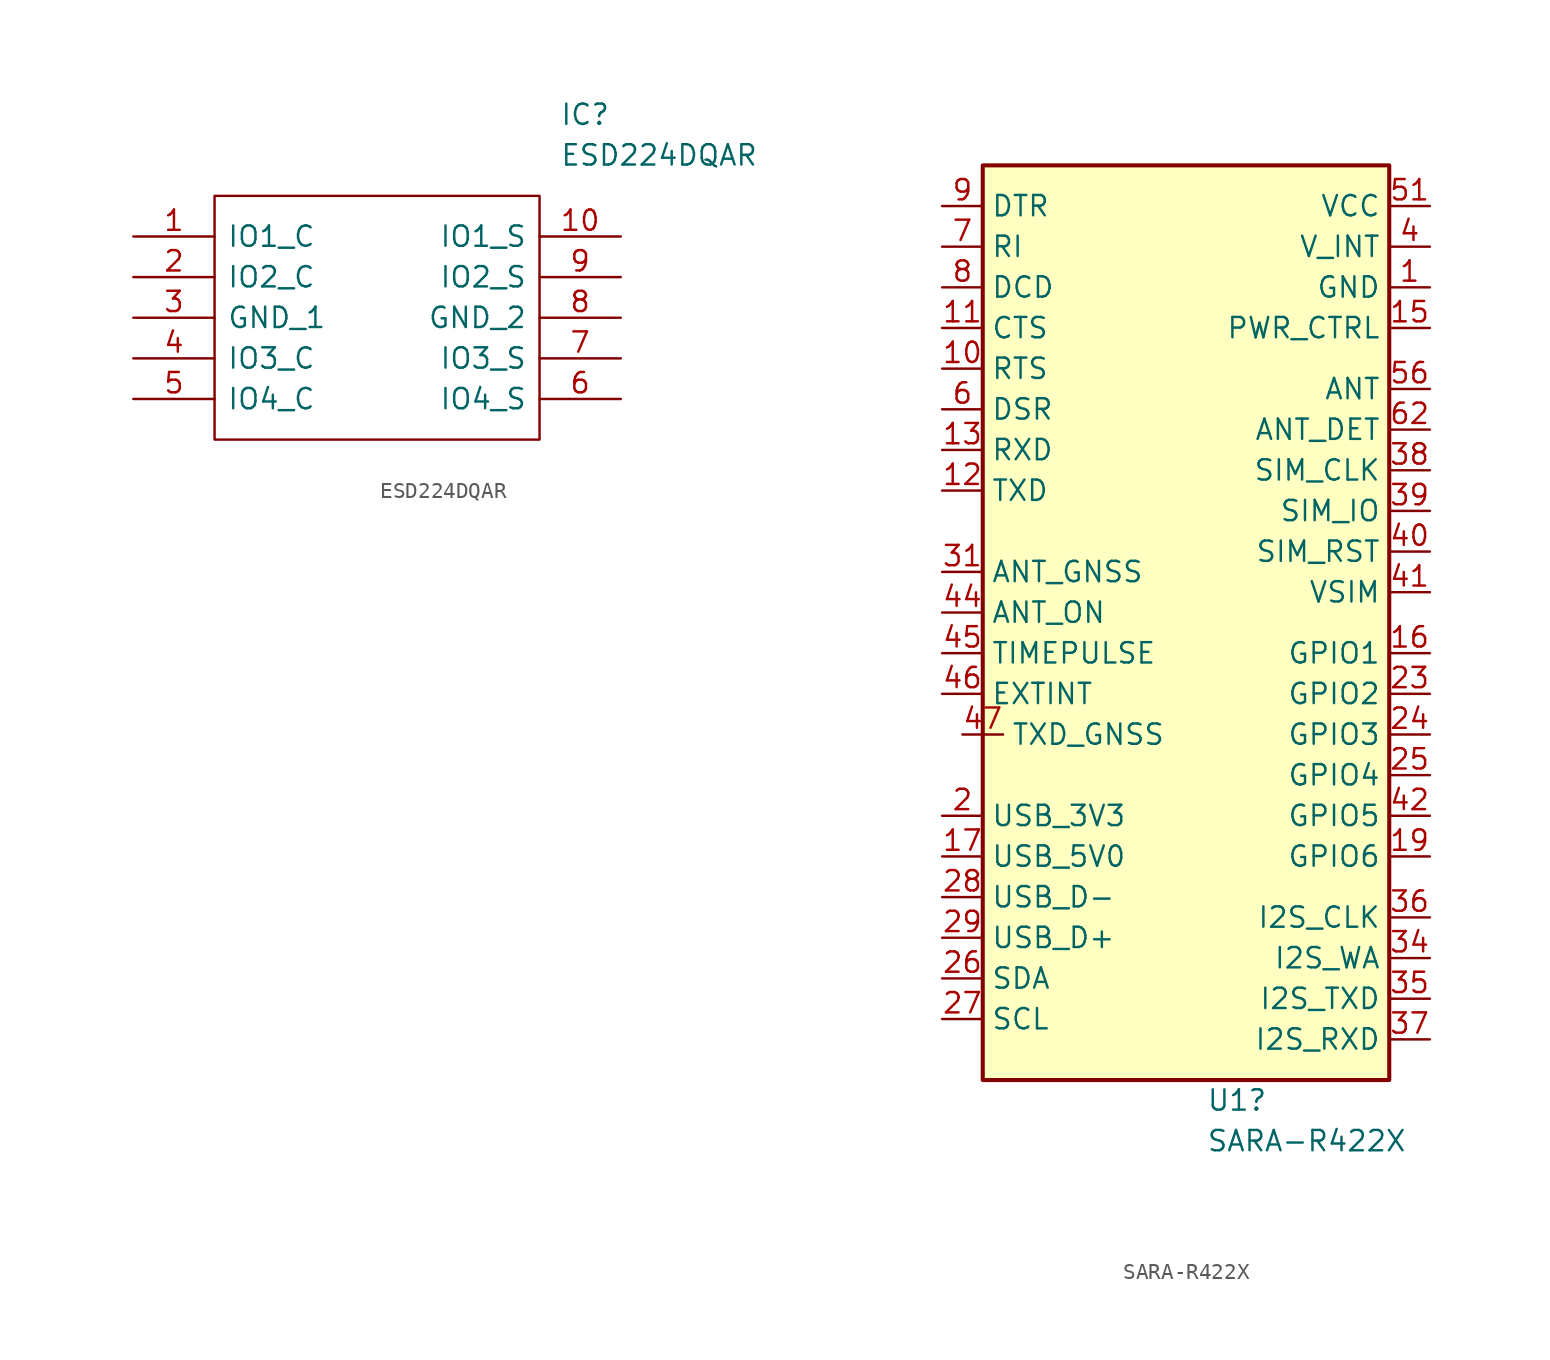
<source format=kicad_sym>
(kicad_symbol_lib
  (version 20211014)
  (generator kicad_symbol_editor)
  (symbol "ESD224DQAR"
    (pin_names
      (offset 0.762))
    (property "Reference" "IC"
      (at 26.67 7.62 0)
      (effects (font (size 1.27 1.27)) (justify left)))
    (property "Value" "ESD224DQAR"
      (at 26.67 5.08 0)
      (effects (font (size 1.27 1.27)) (justify left)))
    (symbol "ESD224DQAR_0_0"
      (pin passive line (at 0 0 0) (length 5.08) (name "IO1_C" (effects (font (size 1.27 1.27)))) (number "1" (effects (font (size 1.27 1.27)))))
      (pin passive line (at 30.48 0 180) (length 5.08) (name "IO1_S" (effects (font (size 1.27 1.27)))) (number "10" (effects (font (size 1.27 1.27)))))
      (pin passive line (at 0 -2.54 0) (length 5.08) (name "IO2_C" (effects (font (size 1.27 1.27)))) (number "2" (effects (font (size 1.27 1.27)))))
      (pin passive line (at 0 -5.08 0) (length 5.08) (name "GND_1" (effects (font (size 1.27 1.27)))) (number "3" (effects (font (size 1.27 1.27)))))
      (pin passive line (at 0 -7.62 0) (length 5.08) (name "IO3_C" (effects (font (size 1.27 1.27)))) (number "4" (effects (font (size 1.27 1.27)))))
      (pin passive line (at 0 -10.16 0) (length 5.08) (name "IO4_C" (effects (font (size 1.27 1.27)))) (number "5" (effects (font (size 1.27 1.27)))))
      (pin passive line (at 30.48 -10.16 180) (length 5.08) (name "IO4_S" (effects (font (size 1.27 1.27)))) (number "6" (effects (font (size 1.27 1.27)))))
      (pin passive line (at 30.48 -7.62 180) (length 5.08) (name "IO3_S" (effects (font (size 1.27 1.27)))) (number "7" (effects (font (size 1.27 1.27)))))
      (pin passive line (at 30.48 -5.08 180) (length 5.08) (name "GND_2" (effects (font (size 1.27 1.27)))) (number "8" (effects (font (size 1.27 1.27)))))
      (pin passive line (at 30.48 -2.54 180) (length 5.08) (name "IO2_S" (effects (font (size 1.27 1.27)))) (number "9" (effects (font (size 1.27 1.27))))))
    (symbol "ESD224DQAR_0_1"
      (polyline (pts (xy 5.08 2.54) (xy 25.4 2.54) (xy 25.4 -12.7) (xy 5.08 -12.7) (xy 5.08 2.54)) (stroke (width 0.152) (type default) (color 0 0 0 0)) (fill (type none)))))
  (symbol "SARA-R422X"
    (property "Reference" "U1"
      (at 1.27 -30.48 0)
      (effects (font (size 1.27 1.27)) (justify left)))
    (property "Value" "SARA-R422X"
      (at 1.27 -33.02 0)
      (effects (font (size 1.27 1.27)) (justify left)))
    (symbol "SARA-R422X_0_1"
      (rectangle (start -12.7 27.94) (end 12.7 -29.21) (stroke (width 0.254) (type default) (color 0 0 0 0)) (fill (type background))))
    (symbol "SARA-R422X_1_1"
      (pin power_in line (at 15.24 20.32 180) (length 2.54) (name "GND" (effects (font (size 1.27 1.27)))) (number "1" (effects (font (size 1.27 1.27)))))
      (pin input line (at -15.24 15.24 0) (length 2.54) (name "RTS" (effects (font (size 1.27 1.27)))) (number "10" (effects (font (size 1.27 1.27)))))
      (pin output line (at -15.24 17.78 0) (length 2.54) (name "CTS" (effects (font (size 1.27 1.27)))) (number "11" (effects (font (size 1.27 1.27)))))
      (pin input line (at -15.24 7.62 0) (length 2.54) (name "TXD" (effects (font (size 1.27 1.27)))) (number "12" (effects (font (size 1.27 1.27)))))
      (pin output line (at -15.24 10.16 0) (length 2.54) (name "RXD" (effects (font (size 1.27 1.27)))) (number "13" (effects (font (size 1.27 1.27)))))
      (pin passive line (at 15.24 20.32 180) (length 2.54) hide (name "GND" (effects (font (size 1.27 1.27)))) (number "14" (effects (font (size 1.27 1.27)))))
      (pin input line (at 15.24 17.78 180) (length 2.54) (name "PWR_CTRL" (effects (font (size 1.27 1.27)))) (number "15" (effects (font (size 1.27 1.27)))))
      (pin bidirectional line (at 15.24 -2.54 180) (length 2.54) (name "GPIO1" (effects (font (size 1.27 1.27)))) (number "16" (effects (font (size 1.27 1.27)))))
      (pin power_in line (at -15.24 -15.24 0) (length 2.54) (name "USB_5V0" (effects (font (size 1.27 1.27)))) (number "17" (effects (font (size 1.27 1.27)))))
      (pin bidirectional line (at 15.24 -15.24 180) (length 2.54) (name "GPIO6" (effects (font (size 1.27 1.27)))) (number "19" (effects (font (size 1.27 1.27)))))
      (pin power_in line (at -15.24 -12.7 0) (length 2.54) (name "USB_3V3" (effects (font (size 1.27 1.27)))) (number "2" (effects (font (size 1.27 1.27)))))
      (pin passive line (at 15.24 20.32 180) (length 2.54) hide (name "GND" (effects (font (size 1.27 1.27)))) (number "20" (effects (font (size 1.27 1.27)))))
      (pin passive line (at 15.24 20.32 180) (length 2.54) hide (name "GND" (effects (font (size 1.27 1.27)))) (number "21" (effects (font (size 1.27 1.27)))))
      (pin passive line (at 15.24 20.32 180) (length 2.54) hide (name "GND" (effects (font (size 1.27 1.27)))) (number "22" (effects (font (size 1.27 1.27)))))
      (pin bidirectional line (at 15.24 -5.08 180) (length 2.54) (name "GPIO2" (effects (font (size 1.27 1.27)))) (number "23" (effects (font (size 1.27 1.27)))))
      (pin bidirectional line (at 15.24 -7.62 180) (length 2.54) (name "GPIO3" (effects (font (size 1.27 1.27)))) (number "24" (effects (font (size 1.27 1.27)))))
      (pin bidirectional line (at 15.24 -10.16 180) (length 2.54) (name "GPIO4" (effects (font (size 1.27 1.27)))) (number "25" (effects (font (size 1.27 1.27)))))
      (pin bidirectional line (at -15.24 -22.86 0) (length 2.54) (name "SDA" (effects (font (size 1.27 1.27)))) (number "26" (effects (font (size 1.27 1.27)))))
      (pin output line (at -15.24 -25.4 0) (length 2.54) (name "SCL" (effects (font (size 1.27 1.27)))) (number "27" (effects (font (size 1.27 1.27)))))
      (pin bidirectional line (at -15.24 -17.78 0) (length 2.54) (name "USB_D-" (effects (font (size 1.27 1.27)))) (number "28" (effects (font (size 1.27 1.27)))))
      (pin bidirectional line (at -15.24 -20.32 0) (length 2.54) (name "USB_D+" (effects (font (size 1.27 1.27)))) (number "29" (effects (font (size 1.27 1.27)))))
      (pin passive line (at 15.24 20.32 180) (length 2.54) hide (name "GND" (effects (font (size 1.27 1.27)))) (number "3" (effects (font (size 1.27 1.27)))))
      (pin passive line (at 15.24 20.32 180) (length 2.54) hide (name "GND" (effects (font (size 1.27 1.27)))) (number "30" (effects (font (size 1.27 1.27)))))
      (pin input line (at -15.24 2.54 0) (length 2.54) (name "ANT_GNSS" (effects (font (size 1.27 1.27)))) (number "31" (effects (font (size 1.27 1.27)))))
      (pin passive line (at 15.24 20.32 180) (length 2.54) hide (name "GND" (effects (font (size 1.27 1.27)))) (number "32" (effects (font (size 1.27 1.27)))))
      (pin bidirectional line (at 15.24 -21.59 180) (length 2.54) (name "I2S_WA" (effects (font (size 1.27 1.27)))) (number "34" (effects (font (size 1.27 1.27)))))
      (pin output line (at 15.24 -24.13 180) (length 2.54) (name "I2S_TXD" (effects (font (size 1.27 1.27)))) (number "35" (effects (font (size 1.27 1.27)))))
      (pin output line (at 15.24 -19.05 180) (length 2.54) (name "I2S_CLK" (effects (font (size 1.27 1.27)))) (number "36" (effects (font (size 1.27 1.27)))))
      (pin input line (at 15.24 -26.67 180) (length 2.54) (name "I2S_RXD" (effects (font (size 1.27 1.27)))) (number "37" (effects (font (size 1.27 1.27)))))
      (pin output line (at 15.24 8.89 180) (length 2.54) (name "SIM_CLK" (effects (font (size 1.27 1.27)))) (number "38" (effects (font (size 1.27 1.27)))))
      (pin bidirectional line (at 15.24 6.35 180) (length 2.54) (name "SIM_IO" (effects (font (size 1.27 1.27)))) (number "39" (effects (font (size 1.27 1.27)))))
      (pin power_out line (at 15.24 22.86 180) (length 2.54) (name "V_INT" (effects (font (size 1.27 1.27)))) (number "4" (effects (font (size 1.27 1.27)))))
      (pin output line (at 15.24 3.81 180) (length 2.54) (name "SIM_RST" (effects (font (size 1.27 1.27)))) (number "40" (effects (font (size 1.27 1.27)))))
      (pin power_out line (at 15.24 1.27 180) (length 2.54) (name "VSIM" (effects (font (size 1.27 1.27)))) (number "41" (effects (font (size 1.27 1.27)))))
      (pin bidirectional line (at 15.24 -12.7 180) (length 2.54) (name "GPIO5" (effects (font (size 1.27 1.27)))) (number "42" (effects (font (size 1.27 1.27)))))
      (pin passive line (at 15.24 20.32 180) (length 2.54) hide (name "GND" (effects (font (size 1.27 1.27)))) (number "43" (effects (font (size 1.27 1.27)))))
      (pin input line (at -15.24 0 0) (length 2.54) (name "ANT_ON" (effects (font (size 1.27 1.27)))) (number "44" (effects (font (size 1.27 1.27)))))
      (pin output line (at -15.24 -2.54 0) (length 2.54) (name "TIMEPULSE" (effects (font (size 1.27 1.27)))) (number "45" (effects (font (size 1.27 1.27)))))
      (pin input line (at -15.24 -5.08 0) (length 2.54) (name "EXTINT" (effects (font (size 1.27 1.27)))) (number "46" (effects (font (size 1.27 1.27)))))
      (pin output line (at -13.97 -7.62 0) (length 2.54) (name "TXD_GNSS" (effects (font (size 1.27 1.27)))) (number "47" (effects (font (size 1.27 1.27)))))
      (pin passive line (at 15.24 20.32 180) (length 2.54) hide (name "GND" (effects (font (size 1.27 1.27)))) (number "5" (effects (font (size 1.27 1.27)))))
      (pin passive line (at 15.24 20.32 180) (length 2.54) hide (name "GND" (effects (font (size 1.27 1.27)))) (number "50" (effects (font (size 1.27 1.27)))))
      (pin power_in line (at 15.24 25.4 180) (length 2.54) (name "VCC" (effects (font (size 1.27 1.27)))) (number "51" (effects (font (size 1.27 1.27)))))
      (pin power_in line (at 15.24 25.4 180) (length 2.54) hide (name "VCC" (effects (font (size 1.27 1.27)))) (number "52" (effects (font (size 1.27 1.27)))))
      (pin power_in line (at 15.24 25.4 180) (length 2.54) hide (name "VCC" (effects (font (size 1.27 1.27)))) (number "53" (effects (font (size 1.27 1.27)))))
      (pin passive line (at 15.24 20.32 180) (length 2.54) hide (name "GND" (effects (font (size 1.27 1.27)))) (number "54" (effects (font (size 1.27 1.27)))))
      (pin passive line (at 15.24 20.32 180) (length 2.54) hide (name "GND" (effects (font (size 1.27 1.27)))) (number "55" (effects (font (size 1.27 1.27)))))
      (pin passive line (at 15.24 13.97 180) (length 2.54) (name "ANT" (effects (font (size 1.27 1.27)))) (number "56" (effects (font (size 1.27 1.27)))))
      (pin passive line (at 15.24 20.32 180) (length 2.54) hide (name "GND" (effects (font (size 1.27 1.27)))) (number "57" (effects (font (size 1.27 1.27)))))
      (pin passive line (at 15.24 20.32 180) (length 2.54) hide (name "GND" (effects (font (size 1.27 1.27)))) (number "58" (effects (font (size 1.27 1.27)))))
      (pin passive line (at 15.24 20.32 180) (length 2.54) hide (name "GND" (effects (font (size 1.27 1.27)))) (number "59" (effects (font (size 1.27 1.27)))))
      (pin output line (at -15.24 12.7 0) (length 2.54) (name "DSR" (effects (font (size 1.27 1.27)))) (number "6" (effects (font (size 1.27 1.27)))))
      (pin passive line (at 15.24 20.32 180) (length 2.54) hide (name "GND" (effects (font (size 1.27 1.27)))) (number "60" (effects (font (size 1.27 1.27)))))
      (pin passive line (at 15.24 20.32 180) (length 2.54) hide (name "GND" (effects (font (size 1.27 1.27)))) (number "61" (effects (font (size 1.27 1.27)))))
      (pin input line (at 15.24 11.43 180) (length 2.54) (name "ANT_DET" (effects (font (size 1.27 1.27)))) (number "62" (effects (font (size 1.27 1.27)))))
      (pin passive line (at 15.24 20.32 180) (length 2.54) hide (name "GND" (effects (font (size 1.27 1.27)))) (number "63" (effects (font (size 1.27 1.27)))))
      (pin passive line (at 15.24 20.32 180) (length 2.54) hide (name "GND" (effects (font (size 1.27 1.27)))) (number "64" (effects (font (size 1.27 1.27)))))
      (pin passive line (at 15.24 20.32 180) (length 2.54) hide (name "GND" (effects (font (size 1.27 1.27)))) (number "65" (effects (font (size 1.27 1.27)))))
      (pin passive line (at 15.24 20.32 180) (length 2.54) hide (name "GND" (effects (font (size 1.27 1.27)))) (number "66" (effects (font (size 1.27 1.27)))))
      (pin passive line (at 15.24 20.32 180) (length 2.54) hide (name "GND" (effects (font (size 1.27 1.27)))) (number "67" (effects (font (size 1.27 1.27)))))
      (pin passive line (at 15.24 20.32 180) (length 2.54) hide (name "GND" (effects (font (size 1.27 1.27)))) (number "68" (effects (font (size 1.27 1.27)))))
      (pin passive line (at 15.24 20.32 180) (length 2.54) hide (name "GND" (effects (font (size 1.27 1.27)))) (number "69" (effects (font (size 1.27 1.27)))))
      (pin output line (at -15.24 22.86 0) (length 2.54) (name "RI" (effects (font (size 1.27 1.27)))) (number "7" (effects (font (size 1.27 1.27)))))
      (pin passive line (at 15.24 20.32 180) (length 2.54) hide (name "GND" (effects (font (size 1.27 1.27)))) (number "70" (effects (font (size 1.27 1.27)))))
      (pin passive line (at 15.24 20.32 180) (length 2.54) hide (name "GND" (effects (font (size 1.27 1.27)))) (number "71" (effects (font (size 1.27 1.27)))))
      (pin passive line (at 15.24 20.32 180) (length 2.54) hide (name "GND" (effects (font (size 1.27 1.27)))) (number "72" (effects (font (size 1.27 1.27)))))
      (pin passive line (at 15.24 20.32 180) (length 2.54) hide (name "GND" (effects (font (size 1.27 1.27)))) (number "73" (effects (font (size 1.27 1.27)))))
      (pin passive line (at 15.24 20.32 180) (length 2.54) hide (name "GND" (effects (font (size 1.27 1.27)))) (number "74" (effects (font (size 1.27 1.27)))))
      (pin passive line (at 15.24 20.32 180) (length 2.54) hide (name "GND" (effects (font (size 1.27 1.27)))) (number "75" (effects (font (size 1.27 1.27)))))
      (pin passive line (at 15.24 20.32 180) (length 2.54) hide (name "GND" (effects (font (size 1.27 1.27)))) (number "76" (effects (font (size 1.27 1.27)))))
      (pin passive line (at 15.24 20.32 180) (length 2.54) hide (name "GND" (effects (font (size 1.27 1.27)))) (number "77" (effects (font (size 1.27 1.27)))))
      (pin passive line (at 15.24 20.32 180) (length 2.54) hide (name "GND" (effects (font (size 1.27 1.27)))) (number "78" (effects (font (size 1.27 1.27)))))
      (pin passive line (at 15.24 20.32 180) (length 2.54) hide (name "GND" (effects (font (size 1.27 1.27)))) (number "79" (effects (font (size 1.27 1.27)))))
      (pin output line (at -15.24 20.32 0) (length 2.54) (name "DCD" (effects (font (size 1.27 1.27)))) (number "8" (effects (font (size 1.27 1.27)))))
      (pin passive line (at 15.24 20.32 180) (length 2.54) hide (name "GND" (effects (font (size 1.27 1.27)))) (number "80" (effects (font (size 1.27 1.27)))))
      (pin passive line (at 15.24 20.32 180) (length 2.54) hide (name "GND" (effects (font (size 1.27 1.27)))) (number "81" (effects (font (size 1.27 1.27)))))
      (pin passive line (at 15.24 20.32 180) (length 2.54) hide (name "GND" (effects (font (size 1.27 1.27)))) (number "82" (effects (font (size 1.27 1.27)))))
      (pin passive line (at 15.24 20.32 180) (length 2.54) hide (name "GND" (effects (font (size 1.27 1.27)))) (number "83" (effects (font (size 1.27 1.27)))))
      (pin passive line (at 15.24 20.32 180) (length 2.54) hide (name "GND" (effects (font (size 1.27 1.27)))) (number "84" (effects (font (size 1.27 1.27)))))
      (pin passive line (at 15.24 20.32 180) (length 2.54) hide (name "GND" (effects (font (size 1.27 1.27)))) (number "85" (effects (font (size 1.27 1.27)))))
      (pin passive line (at 15.24 20.32 180) (length 2.54) hide (name "GND" (effects (font (size 1.27 1.27)))) (number "86" (effects (font (size 1.27 1.27)))))
      (pin passive line (at 15.24 20.32 180) (length 2.54) hide (name "GND" (effects (font (size 1.27 1.27)))) (number "87" (effects (font (size 1.27 1.27)))))
      (pin passive line (at 15.24 20.32 180) (length 2.54) hide (name "GND" (effects (font (size 1.27 1.27)))) (number "88" (effects (font (size 1.27 1.27)))))
      (pin passive line (at 15.24 20.32 180) (length 2.54) hide (name "GND" (effects (font (size 1.27 1.27)))) (number "89" (effects (font (size 1.27 1.27)))))
      (pin input line (at -15.24 25.4 0) (length 2.54) (name "DTR" (effects (font (size 1.27 1.27)))) (number "9" (effects (font (size 1.27 1.27)))))
      (pin passive line (at 15.24 20.32 180) (length 2.54) hide (name "GND" (effects (font (size 1.27 1.27)))) (number "90" (effects (font (size 1.27 1.27)))))
      (pin passive line (at 15.24 20.32 180) (length 2.54) hide (name "GND" (effects (font (size 1.27 1.27)))) (number "91" (effects (font (size 1.27 1.27)))))
      (pin passive line (at 15.24 20.32 180) (length 2.54) hide (name "GND" (effects (font (size 1.27 1.27)))) (number "92" (effects (font (size 1.27 1.27)))))
      (pin passive line (at 15.24 20.32 180) (length 2.54) hide (name "GND" (effects (font (size 1.27 1.27)))) (number "93" (effects (font (size 1.27 1.27)))))
      (pin passive line (at 15.24 20.32 180) (length 2.54) hide (name "GND" (effects (font (size 1.27 1.27)))) (number "94" (effects (font (size 1.27 1.27)))))
      (pin passive line (at 15.24 20.32 180) (length 2.54) hide (name "GND" (effects (font (size 1.27 1.27)))) (number "95" (effects (font (size 1.27 1.27)))))
      (pin passive line (at 15.24 20.32 180) (length 2.54) hide (name "GND" (effects (font (size 1.27 1.27)))) (number "96" (effects (font (size 1.27 1.27))))))))
</source>
